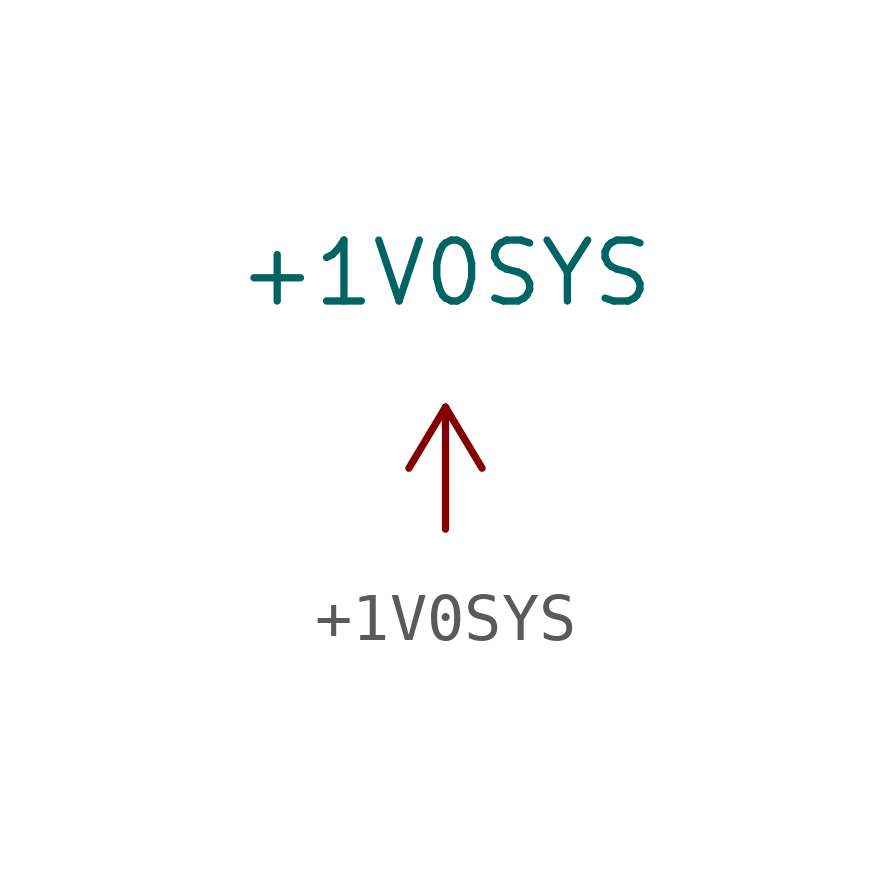
<source format=kicad_sym>
(kicad_symbol_lib
  (version 20220914)
  (generator kicad_symbol_editor)
  (symbol "+1V0SYS"
    (power)
    (pin_names
      (offset 0))
    (property "Reference" "#PWR1V0SYS"
      (at 0 -3.81 0)
      (effects (font (size 1.27 1.27)) hide))
    (property "Value" "+1V0SYS"
      (at 0 5.334 0)
      (effects (font (size 1.27 1.27))))
    (symbol "+1V0SYS_0_1"
      (polyline (pts (xy -0.762 1.27) (xy 0 2.54)) (stroke (width 0) (type default)) (fill (type none)))
      (polyline (pts (xy 0 0) (xy 0 2.54)) (stroke (width 0) (type default)) (fill (type none)))
      (polyline (pts (xy 0 2.54) (xy 0.762 1.27)) (stroke (width 0) (type default)) (fill (type none))))
    (symbol "+1V0SYS_1_1"
      (pin power_in line (at 0 0 90) (length 0) hide (name "+1V0_SYS" (effects (font (size 1.27 1.27)))) (number "1" (effects (font (size 1.27 1.27))))))))
</source>
